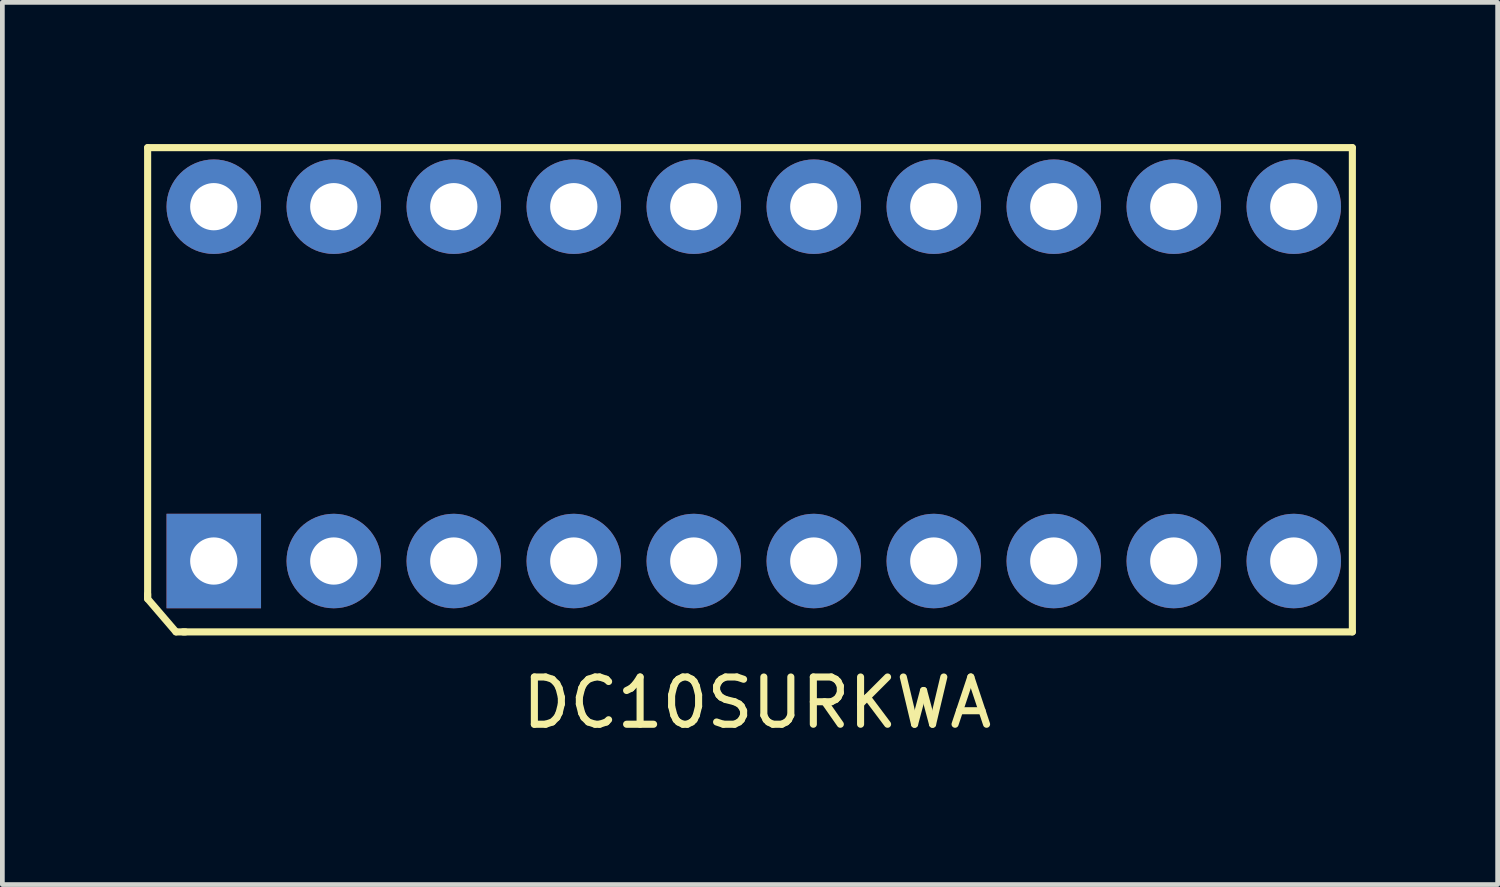
<source format=kicad_pcb>
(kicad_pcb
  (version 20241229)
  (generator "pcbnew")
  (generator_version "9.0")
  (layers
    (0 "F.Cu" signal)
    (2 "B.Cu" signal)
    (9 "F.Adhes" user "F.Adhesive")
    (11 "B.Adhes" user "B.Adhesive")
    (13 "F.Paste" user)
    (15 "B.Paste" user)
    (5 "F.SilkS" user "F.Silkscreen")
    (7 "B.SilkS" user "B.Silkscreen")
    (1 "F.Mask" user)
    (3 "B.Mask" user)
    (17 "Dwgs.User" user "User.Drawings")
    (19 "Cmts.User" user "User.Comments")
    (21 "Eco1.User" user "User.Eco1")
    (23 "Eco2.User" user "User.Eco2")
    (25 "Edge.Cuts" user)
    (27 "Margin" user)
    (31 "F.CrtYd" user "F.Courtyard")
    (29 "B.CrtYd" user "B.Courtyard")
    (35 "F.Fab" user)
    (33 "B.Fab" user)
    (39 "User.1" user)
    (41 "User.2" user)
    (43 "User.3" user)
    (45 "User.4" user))
  (footprint "DC10SURKWA"
    (layer "F.Cu")
    (at 1.475 8.825)
    (property "Reference" "DC10SURKWA" (at 11.5 3 0) (layer "F.SilkS") (effects (font (size 1 1) (thickness 0.15))))
    (attr through_hole)
    (fp_line (start -1.4 -8.75) (end -1.4 0.75) (stroke (width 0.15) (type solid)) (layer "F.SilkS"))
    (fp_line (start -1.4 -8.75) (end 24.1 -8.75) (stroke (width 0.15) (type solid)) (layer "F.SilkS"))
    (fp_line (start -1.4 0.7) (end -1.4 0.8) (stroke (width 0.15) (type solid)) (layer "F.SilkS"))
    (fp_line (start -1.4 0.8) (end -0.8 1.5) (stroke (width 0.15) (type solid)) (layer "F.SilkS"))
    (fp_line (start -0.65 1.5) (end 24.1 1.5) (stroke (width 0.15) (type solid)) (layer "F.SilkS"))
    (fp_line (start -0.6 1.5) (end -0.8 1.5) (stroke (width 0.15) (type solid)) (layer "F.SilkS"))
    (fp_line (start 24.1 -8.75) (end 24.1 1.5) (stroke (width 0.15) (type solid)) (layer "F.SilkS"))
    (pad "1" thru_hole rect (at 0 0) (size 2 2) (drill 1) (layers "*.Cu" "*.Mask"))
    (pad "2" thru_hole circle (at 2.54 0) (size 2 2) (drill 1) (layers "*.Cu" "*.Mask"))
    (pad "3" thru_hole circle (at 5.08 0) (size 2 2) (drill 1) (layers "*.Cu" "*.Mask"))
    (pad "4" thru_hole circle (at 7.62 0) (size 2 2) (drill 1) (layers "*.Cu" "*.Mask"))
    (pad "5" thru_hole circle (at 10.16 0) (size 2 2) (drill 1) (layers "*.Cu" "*.Mask"))
    (pad "6" thru_hole circle (at 12.7 0) (size 2 2) (drill 1) (layers "*.Cu" "*.Mask"))
    (pad "7" thru_hole circle (at 15.24 0) (size 2 2) (drill 1) (layers "*.Cu" "*.Mask"))
    (pad "8" thru_hole circle (at 17.78 0) (size 2 2) (drill 1) (layers "*.Cu" "*.Mask"))
    (pad "9" thru_hole circle (at 20.32 0) (size 2 2) (drill 1) (layers "*.Cu" "*.Mask"))
    (pad "10" thru_hole circle (at 22.86 0) (size 2 2) (drill 1) (layers "*.Cu" "*.Mask"))
    (pad "11" thru_hole circle (at 22.86 -7.5) (size 2 2) (drill 1) (layers "*.Cu" "*.Mask"))
    (pad "12" thru_hole circle (at 20.32 -7.5) (size 2 2) (drill 1) (layers "*.Cu" "*.Mask"))
    (pad "13" thru_hole circle (at 17.78 -7.5) (size 2 2) (drill 1) (layers "*.Cu" "*.Mask"))
    (pad "14" thru_hole circle (at 15.24 -7.5) (size 2 2) (drill 1) (layers "*.Cu" "*.Mask"))
    (pad "15" thru_hole circle (at 12.7 -7.5) (size 2 2) (drill 1) (layers "*.Cu" "*.Mask"))
    (pad "16" thru_hole circle (at 10.16 -7.5) (size 2 2) (drill 1) (layers "*.Cu" "*.Mask"))
    (pad "17" thru_hole circle (at 7.62 -7.5) (size 2 2) (drill 1) (layers "*.Cu" "*.Mask"))
    (pad "18" thru_hole circle (at 5.08 -7.5) (size 2 2) (drill 1) (layers "*.Cu" "*.Mask"))
    (pad "19" thru_hole circle (at 2.54 -7.5) (size 2 2) (drill 1) (layers "*.Cu" "*.Mask"))
    (pad "20" thru_hole circle (at 0 -7.5) (size 2 2) (drill 1) (layers "*.Cu" "*.Mask")))
  (gr_rect
    (start -3 -3)
    (end 28.65 15.673)
    (stroke (width 0.1) (type default))
    (fill no)
    (layer "Edge.Cuts")))
</source>
